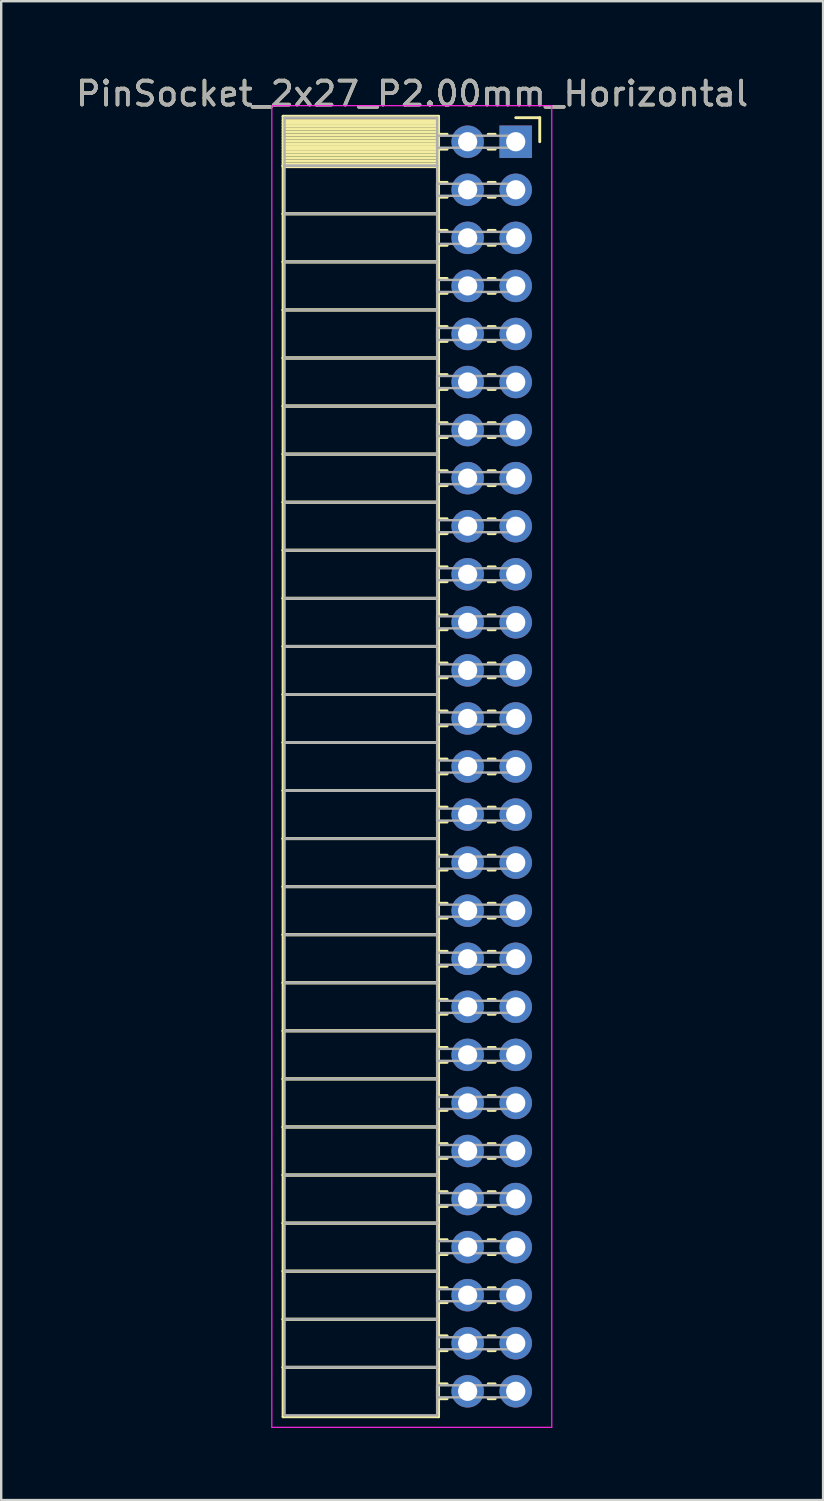
<source format=kicad_pcb>
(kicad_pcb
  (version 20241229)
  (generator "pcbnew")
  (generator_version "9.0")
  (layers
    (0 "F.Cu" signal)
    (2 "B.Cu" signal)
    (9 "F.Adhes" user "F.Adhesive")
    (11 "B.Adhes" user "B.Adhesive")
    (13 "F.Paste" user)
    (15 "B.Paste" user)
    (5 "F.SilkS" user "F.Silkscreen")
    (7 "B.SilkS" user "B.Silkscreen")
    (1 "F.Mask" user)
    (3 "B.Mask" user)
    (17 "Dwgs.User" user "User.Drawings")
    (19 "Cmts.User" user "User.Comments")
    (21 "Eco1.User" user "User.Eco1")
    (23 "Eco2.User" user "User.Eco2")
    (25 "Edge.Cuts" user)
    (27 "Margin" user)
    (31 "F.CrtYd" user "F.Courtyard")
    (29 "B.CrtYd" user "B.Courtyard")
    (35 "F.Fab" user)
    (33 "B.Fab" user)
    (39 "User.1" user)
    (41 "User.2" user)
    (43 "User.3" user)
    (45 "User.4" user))
  (footprint "PinSocket_2x27_P2.00mm_Horizontal"
    (layer "F.Cu")
    (at 18.411 2.848)
    (property "Reference" "PinSocket_2x27_P2.00mm_Horizontal" (at -4.31 -2 0) (layer "F.SilkS") (effects (font (size 1 1) (thickness 0.15))))
    (attr through_hole)
    (fp_line (start -9.68 -1.06) (end -3.21 -1.06) (stroke (width 0.12) (type solid)) (layer "F.SilkS"))
    (fp_line (start -9.68 1) (end -9.68 -1.06) (stroke (width 0.12) (type solid)) (layer "F.SilkS"))
    (fp_line (start -9.68 1) (end -3.21 1) (stroke (width 0.12) (type solid)) (layer "F.SilkS"))
    (fp_line (start -9.68 3) (end -9.68 1) (stroke (width 0.12) (type solid)) (layer "F.SilkS"))
    (fp_line (start -9.68 3) (end -3.21 3) (stroke (width 0.12) (type solid)) (layer "F.SilkS"))
    (fp_line (start -9.68 5) (end -9.68 3) (stroke (width 0.12) (type solid)) (layer "F.SilkS"))
    (fp_line (start -9.68 5) (end -3.21 5) (stroke (width 0.12) (type solid)) (layer "F.SilkS"))
    (fp_line (start -9.68 7) (end -9.68 5) (stroke (width 0.12) (type solid)) (layer "F.SilkS"))
    (fp_line (start -9.68 7) (end -3.21 7) (stroke (width 0.12) (type solid)) (layer "F.SilkS"))
    (fp_line (start -9.68 9) (end -9.68 7) (stroke (width 0.12) (type solid)) (layer "F.SilkS"))
    (fp_line (start -9.68 9) (end -3.21 9) (stroke (width 0.12) (type solid)) (layer "F.SilkS"))
    (fp_line (start -9.68 11) (end -9.68 9) (stroke (width 0.12) (type solid)) (layer "F.SilkS"))
    (fp_line (start -9.68 11) (end -3.21 11) (stroke (width 0.12) (type solid)) (layer "F.SilkS"))
    (fp_line (start -9.68 13) (end -9.68 11) (stroke (width 0.12) (type solid)) (layer "F.SilkS"))
    (fp_line (start -9.68 13) (end -3.21 13) (stroke (width 0.12) (type solid)) (layer "F.SilkS"))
    (fp_line (start -9.68 15) (end -9.68 13) (stroke (width 0.12) (type solid)) (layer "F.SilkS"))
    (fp_line (start -9.68 15) (end -3.21 15) (stroke (width 0.12) (type solid)) (layer "F.SilkS"))
    (fp_line (start -9.68 17) (end -9.68 15) (stroke (width 0.12) (type solid)) (layer "F.SilkS"))
    (fp_line (start -9.68 17) (end -3.21 17) (stroke (width 0.12) (type solid)) (layer "F.SilkS"))
    (fp_line (start -9.68 19) (end -9.68 17) (stroke (width 0.12) (type solid)) (layer "F.SilkS"))
    (fp_line (start -9.68 19) (end -3.21 19) (stroke (width 0.12) (type solid)) (layer "F.SilkS"))
    (fp_line (start -9.68 21) (end -9.68 19) (stroke (width 0.12) (type solid)) (layer "F.SilkS"))
    (fp_line (start -9.68 21) (end -3.21 21) (stroke (width 0.12) (type solid)) (layer "F.SilkS"))
    (fp_line (start -9.68 23) (end -9.68 21) (stroke (width 0.12) (type solid)) (layer "F.SilkS"))
    (fp_line (start -9.68 23) (end -3.21 23) (stroke (width 0.12) (type solid)) (layer "F.SilkS"))
    (fp_line (start -9.68 25) (end -9.68 23) (stroke (width 0.12) (type solid)) (layer "F.SilkS"))
    (fp_line (start -9.68 25) (end -3.21 25) (stroke (width 0.12) (type solid)) (layer "F.SilkS"))
    (fp_line (start -9.68 27) (end -9.68 25) (stroke (width 0.12) (type solid)) (layer "F.SilkS"))
    (fp_line (start -9.68 27) (end -3.21 27) (stroke (width 0.12) (type solid)) (layer "F.SilkS"))
    (fp_line (start -9.68 29) (end -9.68 27) (stroke (width 0.12) (type solid)) (layer "F.SilkS"))
    (fp_line (start -9.68 29) (end -3.21 29) (stroke (width 0.12) (type solid)) (layer "F.SilkS"))
    (fp_line (start -9.68 31) (end -9.68 29) (stroke (width 0.12) (type solid)) (layer "F.SilkS"))
    (fp_line (start -9.68 31) (end -3.21 31) (stroke (width 0.12) (type solid)) (layer "F.SilkS"))
    (fp_line (start -9.68 33) (end -9.68 31) (stroke (width 0.12) (type solid)) (layer "F.SilkS"))
    (fp_line (start -9.68 33) (end -3.21 33) (stroke (width 0.12) (type solid)) (layer "F.SilkS"))
    (fp_line (start -9.68 35) (end -9.68 33) (stroke (width 0.12) (type solid)) (layer "F.SilkS"))
    (fp_line (start -9.68 35) (end -3.21 35) (stroke (width 0.12) (type solid)) (layer "F.SilkS"))
    (fp_line (start -9.68 37) (end -9.68 35) (stroke (width 0.12) (type solid)) (layer "F.SilkS"))
    (fp_line (start -9.68 37) (end -3.21 37) (stroke (width 0.12) (type solid)) (layer "F.SilkS"))
    (fp_line (start -9.68 39) (end -9.68 37) (stroke (width 0.12) (type solid)) (layer "F.SilkS"))
    (fp_line (start -9.68 39) (end -3.21 39) (stroke (width 0.12) (type solid)) (layer "F.SilkS"))
    (fp_line (start -9.68 41) (end -9.68 39) (stroke (width 0.12) (type solid)) (layer "F.SilkS"))
    (fp_line (start -9.68 41) (end -3.21 41) (stroke (width 0.12) (type solid)) (layer "F.SilkS"))
    (fp_line (start -9.68 43) (end -9.68 41) (stroke (width 0.12) (type solid)) (layer "F.SilkS"))
    (fp_line (start -9.68 43) (end -3.21 43) (stroke (width 0.12) (type solid)) (layer "F.SilkS"))
    (fp_line (start -9.68 45) (end -9.68 43) (stroke (width 0.12) (type solid)) (layer "F.SilkS"))
    (fp_line (start -9.68 45) (end -3.21 45) (stroke (width 0.12) (type solid)) (layer "F.SilkS"))
    (fp_line (start -9.68 47) (end -9.68 45) (stroke (width 0.12) (type solid)) (layer "F.SilkS"))
    (fp_line (start -9.68 47) (end -3.21 47) (stroke (width 0.12) (type solid)) (layer "F.SilkS"))
    (fp_line (start -9.68 49) (end -9.68 47) (stroke (width 0.12) (type solid)) (layer "F.SilkS"))
    (fp_line (start -9.68 49) (end -3.21 49) (stroke (width 0.12) (type solid)) (layer "F.SilkS"))
    (fp_line (start -9.68 51) (end -9.68 49) (stroke (width 0.12) (type solid)) (layer "F.SilkS"))
    (fp_line (start -9.68 51) (end -3.21 51) (stroke (width 0.12) (type solid)) (layer "F.SilkS"))
    (fp_line (start -9.68 53.06) (end -9.68 51) (stroke (width 0.12) (type solid)) (layer "F.SilkS"))
    (fp_line (start -3.21 -1.06) (end -3.21 1) (stroke (width 0.12) (type solid)) (layer "F.SilkS"))
    (fp_line (start -3.21 -0.88) (end -9.68 -0.88) (stroke (width 0.12) (type solid)) (layer "F.SilkS"))
    (fp_line (start -3.21 -0.76) (end -9.68 -0.76) (stroke (width 0.12) (type solid)) (layer "F.SilkS"))
    (fp_line (start -3.21 -0.64) (end -9.68 -0.64) (stroke (width 0.12) (type solid)) (layer "F.SilkS"))
    (fp_line (start -3.21 -0.52) (end -9.68 -0.52) (stroke (width 0.12) (type solid)) (layer "F.SilkS"))
    (fp_line (start -3.21 -0.4) (end -9.68 -0.4) (stroke (width 0.12) (type solid)) (layer "F.SilkS"))
    (fp_line (start -3.21 -0.28) (end -9.68 -0.28) (stroke (width 0.12) (type solid)) (layer "F.SilkS"))
    (fp_line (start -3.21 -0.16) (end -9.68 -0.16) (stroke (width 0.12) (type solid)) (layer "F.SilkS"))
    (fp_line (start -3.21 -0.04) (end -9.68 -0.04) (stroke (width 0.12) (type solid)) (layer "F.SilkS"))
    (fp_line (start -3.21 0.08) (end -9.68 0.08) (stroke (width 0.12) (type solid)) (layer "F.SilkS"))
    (fp_line (start -3.21 0.2) (end -9.68 0.2) (stroke (width 0.12) (type solid)) (layer "F.SilkS"))
    (fp_line (start -3.21 0.32) (end -9.68 0.32) (stroke (width 0.12) (type solid)) (layer "F.SilkS"))
    (fp_line (start -3.21 0.44) (end -9.68 0.44) (stroke (width 0.12) (type solid)) (layer "F.SilkS"))
    (fp_line (start -3.21 0.56) (end -9.68 0.56) (stroke (width 0.12) (type solid)) (layer "F.SilkS"))
    (fp_line (start -3.21 0.68) (end -9.68 0.68) (stroke (width 0.12) (type solid)) (layer "F.SilkS"))
    (fp_line (start -3.21 0.8) (end -9.68 0.8) (stroke (width 0.12) (type solid)) (layer "F.SilkS"))
    (fp_line (start -3.21 0.92) (end -9.68 0.92) (stroke (width 0.12) (type solid)) (layer "F.SilkS"))
    (fp_line (start -3.21 1) (end -9.68 1) (stroke (width 0.12) (type solid)) (layer "F.SilkS"))
    (fp_line (start -3.21 1) (end -3.21 3) (stroke (width 0.12) (type solid)) (layer "F.SilkS"))
    (fp_line (start -3.21 1.04) (end -9.68 1.04) (stroke (width 0.12) (type solid)) (layer "F.SilkS"))
    (fp_line (start -3.21 3) (end -9.68 3) (stroke (width 0.12) (type solid)) (layer "F.SilkS"))
    (fp_line (start -3.21 3) (end -3.21 5) (stroke (width 0.12) (type solid)) (layer "F.SilkS"))
    (fp_line (start -3.21 5) (end -9.68 5) (stroke (width 0.12) (type solid)) (layer "F.SilkS"))
    (fp_line (start -3.21 5) (end -3.21 7) (stroke (width 0.12) (type solid)) (layer "F.SilkS"))
    (fp_line (start -3.21 7) (end -9.68 7) (stroke (width 0.12) (type solid)) (layer "F.SilkS"))
    (fp_line (start -3.21 7) (end -3.21 9) (stroke (width 0.12) (type solid)) (layer "F.SilkS"))
    (fp_line (start -3.21 9) (end -9.68 9) (stroke (width 0.12) (type solid)) (layer "F.SilkS"))
    (fp_line (start -3.21 9) (end -3.21 11) (stroke (width 0.12) (type solid)) (layer "F.SilkS"))
    (fp_line (start -3.21 11) (end -9.68 11) (stroke (width 0.12) (type solid)) (layer "F.SilkS"))
    (fp_line (start -3.21 11) (end -3.21 13) (stroke (width 0.12) (type solid)) (layer "F.SilkS"))
    (fp_line (start -3.21 13) (end -9.68 13) (stroke (width 0.12) (type solid)) (layer "F.SilkS"))
    (fp_line (start -3.21 13) (end -3.21 15) (stroke (width 0.12) (type solid)) (layer "F.SilkS"))
    (fp_line (start -3.21 15) (end -9.68 15) (stroke (width 0.12) (type solid)) (layer "F.SilkS"))
    (fp_line (start -3.21 15) (end -3.21 17) (stroke (width 0.12) (type solid)) (layer "F.SilkS"))
    (fp_line (start -3.21 17) (end -9.68 17) (stroke (width 0.12) (type solid)) (layer "F.SilkS"))
    (fp_line (start -3.21 17) (end -3.21 19) (stroke (width 0.12) (type solid)) (layer "F.SilkS"))
    (fp_line (start -3.21 19) (end -9.68 19) (stroke (width 0.12) (type solid)) (layer "F.SilkS"))
    (fp_line (start -3.21 19) (end -3.21 21) (stroke (width 0.12) (type solid)) (layer "F.SilkS"))
    (fp_line (start -3.21 21) (end -9.68 21) (stroke (width 0.12) (type solid)) (layer "F.SilkS"))
    (fp_line (start -3.21 21) (end -3.21 23) (stroke (width 0.12) (type solid)) (layer "F.SilkS"))
    (fp_line (start -3.21 23) (end -9.68 23) (stroke (width 0.12) (type solid)) (layer "F.SilkS"))
    (fp_line (start -3.21 23) (end -3.21 25) (stroke (width 0.12) (type solid)) (layer "F.SilkS"))
    (fp_line (start -3.21 25) (end -9.68 25) (stroke (width 0.12) (type solid)) (layer "F.SilkS"))
    (fp_line (start -3.21 25) (end -3.21 27) (stroke (width 0.12) (type solid)) (layer "F.SilkS"))
    (fp_line (start -3.21 27) (end -9.68 27) (stroke (width 0.12) (type solid)) (layer "F.SilkS"))
    (fp_line (start -3.21 27) (end -3.21 29) (stroke (width 0.12) (type solid)) (layer "F.SilkS"))
    (fp_line (start -3.21 29) (end -9.68 29) (stroke (width 0.12) (type solid)) (layer "F.SilkS"))
    (fp_line (start -3.21 29) (end -3.21 31) (stroke (width 0.12) (type solid)) (layer "F.SilkS"))
    (fp_line (start -3.21 31) (end -9.68 31) (stroke (width 0.12) (type solid)) (layer "F.SilkS"))
    (fp_line (start -3.21 31) (end -3.21 33) (stroke (width 0.12) (type solid)) (layer "F.SilkS"))
    (fp_line (start -3.21 33) (end -9.68 33) (stroke (width 0.12) (type solid)) (layer "F.SilkS"))
    (fp_line (start -3.21 33) (end -3.21 35) (stroke (width 0.12) (type solid)) (layer "F.SilkS"))
    (fp_line (start -3.21 35) (end -9.68 35) (stroke (width 0.12) (type solid)) (layer "F.SilkS"))
    (fp_line (start -3.21 35) (end -3.21 37) (stroke (width 0.12) (type solid)) (layer "F.SilkS"))
    (fp_line (start -3.21 37) (end -9.68 37) (stroke (width 0.12) (type solid)) (layer "F.SilkS"))
    (fp_line (start -3.21 37) (end -3.21 39) (stroke (width 0.12) (type solid)) (layer "F.SilkS"))
    (fp_line (start -3.21 39) (end -9.68 39) (stroke (width 0.12) (type solid)) (layer "F.SilkS"))
    (fp_line (start -3.21 39) (end -3.21 41) (stroke (width 0.12) (type solid)) (layer "F.SilkS"))
    (fp_line (start -3.21 41) (end -9.68 41) (stroke (width 0.12) (type solid)) (layer "F.SilkS"))
    (fp_line (start -3.21 41) (end -3.21 43) (stroke (width 0.12) (type solid)) (layer "F.SilkS"))
    (fp_line (start -3.21 43) (end -9.68 43) (stroke (width 0.12) (type solid)) (layer "F.SilkS"))
    (fp_line (start -3.21 43) (end -3.21 45) (stroke (width 0.12) (type solid)) (layer "F.SilkS"))
    (fp_line (start -3.21 45) (end -9.68 45) (stroke (width 0.12) (type solid)) (layer "F.SilkS"))
    (fp_line (start -3.21 45) (end -3.21 47) (stroke (width 0.12) (type solid)) (layer "F.SilkS"))
    (fp_line (start -3.21 47) (end -9.68 47) (stroke (width 0.12) (type solid)) (layer "F.SilkS"))
    (fp_line (start -3.21 47) (end -3.21 49) (stroke (width 0.12) (type solid)) (layer "F.SilkS"))
    (fp_line (start -3.21 49) (end -9.68 49) (stroke (width 0.12) (type solid)) (layer "F.SilkS"))
    (fp_line (start -3.21 49) (end -3.21 51) (stroke (width 0.12) (type solid)) (layer "F.SilkS"))
    (fp_line (start -3.21 51) (end -9.68 51) (stroke (width 0.12) (type solid)) (layer "F.SilkS"))
    (fp_line (start -3.21 51) (end -3.21 53.06) (stroke (width 0.12) (type solid)) (layer "F.SilkS"))
    (fp_line (start -3.21 53.06) (end -9.68 53.06) (stroke (width 0.12) (type solid)) (layer "F.SilkS"))
    (fp_line (start -2.855 -0.31) (end -3.21 -0.31) (stroke (width 0.12) (type solid)) (layer "F.SilkS"))
    (fp_line (start -2.855 0.31) (end -3.21 0.31) (stroke (width 0.12) (type solid)) (layer "F.SilkS"))
    (fp_line (start -2.855 1.69) (end -3.21 1.69) (stroke (width 0.12) (type solid)) (layer "F.SilkS"))
    (fp_line (start -2.855 2.31) (end -3.21 2.31) (stroke (width 0.12) (type solid)) (layer "F.SilkS"))
    (fp_line (start -2.855 3.69) (end -3.21 3.69) (stroke (width 0.12) (type solid)) (layer "F.SilkS"))
    (fp_line (start -2.855 4.31) (end -3.21 4.31) (stroke (width 0.12) (type solid)) (layer "F.SilkS"))
    (fp_line (start -2.855 5.69) (end -3.21 5.69) (stroke (width 0.12) (type solid)) (layer "F.SilkS"))
    (fp_line (start -2.855 6.31) (end -3.21 6.31) (stroke (width 0.12) (type solid)) (layer "F.SilkS"))
    (fp_line (start -2.855 7.69) (end -3.21 7.69) (stroke (width 0.12) (type solid)) (layer "F.SilkS"))
    (fp_line (start -2.855 8.31) (end -3.21 8.31) (stroke (width 0.12) (type solid)) (layer "F.SilkS"))
    (fp_line (start -2.855 9.69) (end -3.21 9.69) (stroke (width 0.12) (type solid)) (layer "F.SilkS"))
    (fp_line (start -2.855 10.31) (end -3.21 10.31) (stroke (width 0.12) (type solid)) (layer "F.SilkS"))
    (fp_line (start -2.855 11.69) (end -3.21 11.69) (stroke (width 0.12) (type solid)) (layer "F.SilkS"))
    (fp_line (start -2.855 12.31) (end -3.21 12.31) (stroke (width 0.12) (type solid)) (layer "F.SilkS"))
    (fp_line (start -2.855 13.69) (end -3.21 13.69) (stroke (width 0.12) (type solid)) (layer "F.SilkS"))
    (fp_line (start -2.855 14.31) (end -3.21 14.31) (stroke (width 0.12) (type solid)) (layer "F.SilkS"))
    (fp_line (start -2.855 15.69) (end -3.21 15.69) (stroke (width 0.12) (type solid)) (layer "F.SilkS"))
    (fp_line (start -2.855 16.31) (end -3.21 16.31) (stroke (width 0.12) (type solid)) (layer "F.SilkS"))
    (fp_line (start -2.855 17.69) (end -3.21 17.69) (stroke (width 0.12) (type solid)) (layer "F.SilkS"))
    (fp_line (start -2.855 18.31) (end -3.21 18.31) (stroke (width 0.12) (type solid)) (layer "F.SilkS"))
    (fp_line (start -2.855 19.69) (end -3.21 19.69) (stroke (width 0.12) (type solid)) (layer "F.SilkS"))
    (fp_line (start -2.855 20.31) (end -3.21 20.31) (stroke (width 0.12) (type solid)) (layer "F.SilkS"))
    (fp_line (start -2.855 21.69) (end -3.21 21.69) (stroke (width 0.12) (type solid)) (layer "F.SilkS"))
    (fp_line (start -2.855 22.31) (end -3.21 22.31) (stroke (width 0.12) (type solid)) (layer "F.SilkS"))
    (fp_line (start -2.855 23.69) (end -3.21 23.69) (stroke (width 0.12) (type solid)) (layer "F.SilkS"))
    (fp_line (start -2.855 24.31) (end -3.21 24.31) (stroke (width 0.12) (type solid)) (layer "F.SilkS"))
    (fp_line (start -2.855 25.69) (end -3.21 25.69) (stroke (width 0.12) (type solid)) (layer "F.SilkS"))
    (fp_line (start -2.855 26.31) (end -3.21 26.31) (stroke (width 0.12) (type solid)) (layer "F.SilkS"))
    (fp_line (start -2.855 27.69) (end -3.21 27.69) (stroke (width 0.12) (type solid)) (layer "F.SilkS"))
    (fp_line (start -2.855 28.31) (end -3.21 28.31) (stroke (width 0.12) (type solid)) (layer "F.SilkS"))
    (fp_line (start -2.855 29.69) (end -3.21 29.69) (stroke (width 0.12) (type solid)) (layer "F.SilkS"))
    (fp_line (start -2.855 30.31) (end -3.21 30.31) (stroke (width 0.12) (type solid)) (layer "F.SilkS"))
    (fp_line (start -2.855 31.69) (end -3.21 31.69) (stroke (width 0.12) (type solid)) (layer "F.SilkS"))
    (fp_line (start -2.855 32.31) (end -3.21 32.31) (stroke (width 0.12) (type solid)) (layer "F.SilkS"))
    (fp_line (start -2.855 33.69) (end -3.21 33.69) (stroke (width 0.12) (type solid)) (layer "F.SilkS"))
    (fp_line (start -2.855 34.31) (end -3.21 34.31) (stroke (width 0.12) (type solid)) (layer "F.SilkS"))
    (fp_line (start -2.855 35.69) (end -3.21 35.69) (stroke (width 0.12) (type solid)) (layer "F.SilkS"))
    (fp_line (start -2.855 36.31) (end -3.21 36.31) (stroke (width 0.12) (type solid)) (layer "F.SilkS"))
    (fp_line (start -2.855 37.69) (end -3.21 37.69) (stroke (width 0.12) (type solid)) (layer "F.SilkS"))
    (fp_line (start -2.855 38.31) (end -3.21 38.31) (stroke (width 0.12) (type solid)) (layer "F.SilkS"))
    (fp_line (start -2.855 39.69) (end -3.21 39.69) (stroke (width 0.12) (type solid)) (layer "F.SilkS"))
    (fp_line (start -2.855 40.31) (end -3.21 40.31) (stroke (width 0.12) (type solid)) (layer "F.SilkS"))
    (fp_line (start -2.855 41.69) (end -3.21 41.69) (stroke (width 0.12) (type solid)) (layer "F.SilkS"))
    (fp_line (start -2.855 42.31) (end -3.21 42.31) (stroke (width 0.12) (type solid)) (layer "F.SilkS"))
    (fp_line (start -2.855 43.69) (end -3.21 43.69) (stroke (width 0.12) (type solid)) (layer "F.SilkS"))
    (fp_line (start -2.855 44.31) (end -3.21 44.31) (stroke (width 0.12) (type solid)) (layer "F.SilkS"))
    (fp_line (start -2.855 45.69) (end -3.21 45.69) (stroke (width 0.12) (type solid)) (layer "F.SilkS"))
    (fp_line (start -2.855 46.31) (end -3.21 46.31) (stroke (width 0.12) (type solid)) (layer "F.SilkS"))
    (fp_line (start -2.855 47.69) (end -3.21 47.69) (stroke (width 0.12) (type solid)) (layer "F.SilkS"))
    (fp_line (start -2.855 48.31) (end -3.21 48.31) (stroke (width 0.12) (type solid)) (layer "F.SilkS"))
    (fp_line (start -2.855 49.69) (end -3.21 49.69) (stroke (width 0.12) (type solid)) (layer "F.SilkS"))
    (fp_line (start -2.855 50.31) (end -3.21 50.31) (stroke (width 0.12) (type solid)) (layer "F.SilkS"))
    (fp_line (start -2.855 51.69) (end -3.21 51.69) (stroke (width 0.12) (type solid)) (layer "F.SilkS"))
    (fp_line (start -2.855 52.31) (end -3.21 52.31) (stroke (width 0.12) (type solid)) (layer "F.SilkS"))
    (fp_line (start -0.855 -0.31) (end -1.145 -0.31) (stroke (width 0.12) (type solid)) (layer "F.SilkS"))
    (fp_line (start -0.855 0.31) (end -1.145 0.31) (stroke (width 0.12) (type solid)) (layer "F.SilkS"))
    (fp_line (start -0.855 1.69) (end -1.145 1.69) (stroke (width 0.12) (type solid)) (layer "F.SilkS"))
    (fp_line (start -0.855 2.31) (end -1.145 2.31) (stroke (width 0.12) (type solid)) (layer "F.SilkS"))
    (fp_line (start -0.855 3.69) (end -1.145 3.69) (stroke (width 0.12) (type solid)) (layer "F.SilkS"))
    (fp_line (start -0.855 4.31) (end -1.145 4.31) (stroke (width 0.12) (type solid)) (layer "F.SilkS"))
    (fp_line (start -0.855 5.69) (end -1.145 5.69) (stroke (width 0.12) (type solid)) (layer "F.SilkS"))
    (fp_line (start -0.855 6.31) (end -1.145 6.31) (stroke (width 0.12) (type solid)) (layer "F.SilkS"))
    (fp_line (start -0.855 7.69) (end -1.145 7.69) (stroke (width 0.12) (type solid)) (layer "F.SilkS"))
    (fp_line (start -0.855 8.31) (end -1.145 8.31) (stroke (width 0.12) (type solid)) (layer "F.SilkS"))
    (fp_line (start -0.855 9.69) (end -1.145 9.69) (stroke (width 0.12) (type solid)) (layer "F.SilkS"))
    (fp_line (start -0.855 10.31) (end -1.145 10.31) (stroke (width 0.12) (type solid)) (layer "F.SilkS"))
    (fp_line (start -0.855 11.69) (end -1.145 11.69) (stroke (width 0.12) (type solid)) (layer "F.SilkS"))
    (fp_line (start -0.855 12.31) (end -1.145 12.31) (stroke (width 0.12) (type solid)) (layer "F.SilkS"))
    (fp_line (start -0.855 13.69) (end -1.145 13.69) (stroke (width 0.12) (type solid)) (layer "F.SilkS"))
    (fp_line (start -0.855 14.31) (end -1.145 14.31) (stroke (width 0.12) (type solid)) (layer "F.SilkS"))
    (fp_line (start -0.855 15.69) (end -1.145 15.69) (stroke (width 0.12) (type solid)) (layer "F.SilkS"))
    (fp_line (start -0.855 16.31) (end -1.145 16.31) (stroke (width 0.12) (type solid)) (layer "F.SilkS"))
    (fp_line (start -0.855 17.69) (end -1.145 17.69) (stroke (width 0.12) (type solid)) (layer "F.SilkS"))
    (fp_line (start -0.855 18.31) (end -1.145 18.31) (stroke (width 0.12) (type solid)) (layer "F.SilkS"))
    (fp_line (start -0.855 19.69) (end -1.145 19.69) (stroke (width 0.12) (type solid)) (layer "F.SilkS"))
    (fp_line (start -0.855 20.31) (end -1.145 20.31) (stroke (width 0.12) (type solid)) (layer "F.SilkS"))
    (fp_line (start -0.855 21.69) (end -1.145 21.69) (stroke (width 0.12) (type solid)) (layer "F.SilkS"))
    (fp_line (start -0.855 22.31) (end -1.145 22.31) (stroke (width 0.12) (type solid)) (layer "F.SilkS"))
    (fp_line (start -0.855 23.69) (end -1.145 23.69) (stroke (width 0.12) (type solid)) (layer "F.SilkS"))
    (fp_line (start -0.855 24.31) (end -1.145 24.31) (stroke (width 0.12) (type solid)) (layer "F.SilkS"))
    (fp_line (start -0.855 25.69) (end -1.145 25.69) (stroke (width 0.12) (type solid)) (layer "F.SilkS"))
    (fp_line (start -0.855 26.31) (end -1.145 26.31) (stroke (width 0.12) (type solid)) (layer "F.SilkS"))
    (fp_line (start -0.855 27.69) (end -1.145 27.69) (stroke (width 0.12) (type solid)) (layer "F.SilkS"))
    (fp_line (start -0.855 28.31) (end -1.145 28.31) (stroke (width 0.12) (type solid)) (layer "F.SilkS"))
    (fp_line (start -0.855 29.69) (end -1.145 29.69) (stroke (width 0.12) (type solid)) (layer "F.SilkS"))
    (fp_line (start -0.855 30.31) (end -1.145 30.31) (stroke (width 0.12) (type solid)) (layer "F.SilkS"))
    (fp_line (start -0.855 31.69) (end -1.145 31.69) (stroke (width 0.12) (type solid)) (layer "F.SilkS"))
    (fp_line (start -0.855 32.31) (end -1.145 32.31) (stroke (width 0.12) (type solid)) (layer "F.SilkS"))
    (fp_line (start -0.855 33.69) (end -1.145 33.69) (stroke (width 0.12) (type solid)) (layer "F.SilkS"))
    (fp_line (start -0.855 34.31) (end -1.145 34.31) (stroke (width 0.12) (type solid)) (layer "F.SilkS"))
    (fp_line (start -0.855 35.69) (end -1.145 35.69) (stroke (width 0.12) (type solid)) (layer "F.SilkS"))
    (fp_line (start -0.855 36.31) (end -1.145 36.31) (stroke (width 0.12) (type solid)) (layer "F.SilkS"))
    (fp_line (start -0.855 37.69) (end -1.145 37.69) (stroke (width 0.12) (type solid)) (layer "F.SilkS"))
    (fp_line (start -0.855 38.31) (end -1.145 38.31) (stroke (width 0.12) (type solid)) (layer "F.SilkS"))
    (fp_line (start -0.855 39.69) (end -1.145 39.69) (stroke (width 0.12) (type solid)) (layer "F.SilkS"))
    (fp_line (start -0.855 40.31) (end -1.145 40.31) (stroke (width 0.12) (type solid)) (layer "F.SilkS"))
    (fp_line (start -0.855 41.69) (end -1.145 41.69) (stroke (width 0.12) (type solid)) (layer "F.SilkS"))
    (fp_line (start -0.855 42.31) (end -1.145 42.31) (stroke (width 0.12) (type solid)) (layer "F.SilkS"))
    (fp_line (start -0.855 43.69) (end -1.145 43.69) (stroke (width 0.12) (type solid)) (layer "F.SilkS"))
    (fp_line (start -0.855 44.31) (end -1.145 44.31) (stroke (width 0.12) (type solid)) (layer "F.SilkS"))
    (fp_line (start -0.855 45.69) (end -1.145 45.69) (stroke (width 0.12) (type solid)) (layer "F.SilkS"))
    (fp_line (start -0.855 46.31) (end -1.145 46.31) (stroke (width 0.12) (type solid)) (layer "F.SilkS"))
    (fp_line (start -0.855 47.69) (end -1.145 47.69) (stroke (width 0.12) (type solid)) (layer "F.SilkS"))
    (fp_line (start -0.855 48.31) (end -1.145 48.31) (stroke (width 0.12) (type solid)) (layer "F.SilkS"))
    (fp_line (start -0.855 49.69) (end -1.145 49.69) (stroke (width 0.12) (type solid)) (layer "F.SilkS"))
    (fp_line (start -0.855 50.31) (end -1.145 50.31) (stroke (width 0.12) (type solid)) (layer "F.SilkS"))
    (fp_line (start -0.855 51.69) (end -1.145 51.69) (stroke (width 0.12) (type solid)) (layer "F.SilkS"))
    (fp_line (start -0.855 52.31) (end -1.145 52.31) (stroke (width 0.12) (type solid)) (layer "F.SilkS"))
    (fp_line (start 0 -1) (end 1 -1) (stroke (width 0.12) (type solid)) (layer "F.SilkS"))
    (fp_line (start 1 -1) (end 1 0) (stroke (width 0.12) (type solid)) (layer "F.SilkS"))
    (fp_line (start -10.15 -1.5) (end 1.5 -1.5) (stroke (width 0.05) (type solid)) (layer "F.CrtYd"))
    (fp_line (start -10.15 53.5) (end -10.15 -1.5) (stroke (width 0.05) (type solid)) (layer "F.CrtYd"))
    (fp_line (start 1.5 -1.5) (end 1.5 53.5) (stroke (width 0.05) (type solid)) (layer "F.CrtYd"))
    (fp_line (start 1.5 53.5) (end -10.15 53.5) (stroke (width 0.05) (type solid)) (layer "F.CrtYd"))
    (fp_line (start -9.62 -1) (end -3.27 -1) (stroke (width 0.1) (type solid)) (layer "F.Fab"))
    (fp_line (start -9.62 1) (end -9.62 -1) (stroke (width 0.1) (type solid)) (layer "F.Fab"))
    (fp_line (start -9.62 1) (end -3.27 1) (stroke (width 0.1) (type solid)) (layer "F.Fab"))
    (fp_line (start -9.62 3) (end -9.62 1) (stroke (width 0.1) (type solid)) (layer "F.Fab"))
    (fp_line (start -9.62 3) (end -3.27 3) (stroke (width 0.1) (type solid)) (layer "F.Fab"))
    (fp_line (start -9.62 5) (end -9.62 3) (stroke (width 0.1) (type solid)) (layer "F.Fab"))
    (fp_line (start -9.62 5) (end -3.27 5) (stroke (width 0.1) (type solid)) (layer "F.Fab"))
    (fp_line (start -9.62 7) (end -9.62 5) (stroke (width 0.1) (type solid)) (layer "F.Fab"))
    (fp_line (start -9.62 7) (end -3.27 7) (stroke (width 0.1) (type solid)) (layer "F.Fab"))
    (fp_line (start -9.62 9) (end -9.62 7) (stroke (width 0.1) (type solid)) (layer "F.Fab"))
    (fp_line (start -9.62 9) (end -3.27 9) (stroke (width 0.1) (type solid)) (layer "F.Fab"))
    (fp_line (start -9.62 11) (end -9.62 9) (stroke (width 0.1) (type solid)) (layer "F.Fab"))
    (fp_line (start -9.62 11) (end -3.27 11) (stroke (width 0.1) (type solid)) (layer "F.Fab"))
    (fp_line (start -9.62 13) (end -9.62 11) (stroke (width 0.1) (type solid)) (layer "F.Fab"))
    (fp_line (start -9.62 13) (end -3.27 13) (stroke (width 0.1) (type solid)) (layer "F.Fab"))
    (fp_line (start -9.62 15) (end -9.62 13) (stroke (width 0.1) (type solid)) (layer "F.Fab"))
    (fp_line (start -9.62 15) (end -3.27 15) (stroke (width 0.1) (type solid)) (layer "F.Fab"))
    (fp_line (start -9.62 17) (end -9.62 15) (stroke (width 0.1) (type solid)) (layer "F.Fab"))
    (fp_line (start -9.62 17) (end -3.27 17) (stroke (width 0.1) (type solid)) (layer "F.Fab"))
    (fp_line (start -9.62 19) (end -9.62 17) (stroke (width 0.1) (type solid)) (layer "F.Fab"))
    (fp_line (start -9.62 19) (end -3.27 19) (stroke (width 0.1) (type solid)) (layer "F.Fab"))
    (fp_line (start -9.62 21) (end -9.62 19) (stroke (width 0.1) (type solid)) (layer "F.Fab"))
    (fp_line (start -9.62 21) (end -3.27 21) (stroke (width 0.1) (type solid)) (layer "F.Fab"))
    (fp_line (start -9.62 23) (end -9.62 21) (stroke (width 0.1) (type solid)) (layer "F.Fab"))
    (fp_line (start -9.62 23) (end -3.27 23) (stroke (width 0.1) (type solid)) (layer "F.Fab"))
    (fp_line (start -9.62 25) (end -9.62 23) (stroke (width 0.1) (type solid)) (layer "F.Fab"))
    (fp_line (start -9.62 25) (end -3.27 25) (stroke (width 0.1) (type solid)) (layer "F.Fab"))
    (fp_line (start -9.62 27) (end -9.62 25) (stroke (width 0.1) (type solid)) (layer "F.Fab"))
    (fp_line (start -9.62 27) (end -3.27 27) (stroke (width 0.1) (type solid)) (layer "F.Fab"))
    (fp_line (start -9.62 29) (end -9.62 27) (stroke (width 0.1) (type solid)) (layer "F.Fab"))
    (fp_line (start -9.62 29) (end -3.27 29) (stroke (width 0.1) (type solid)) (layer "F.Fab"))
    (fp_line (start -9.62 31) (end -9.62 29) (stroke (width 0.1) (type solid)) (layer "F.Fab"))
    (fp_line (start -9.62 31) (end -3.27 31) (stroke (width 0.1) (type solid)) (layer "F.Fab"))
    (fp_line (start -9.62 33) (end -9.62 31) (stroke (width 0.1) (type solid)) (layer "F.Fab"))
    (fp_line (start -9.62 33) (end -3.27 33) (stroke (width 0.1) (type solid)) (layer "F.Fab"))
    (fp_line (start -9.62 35) (end -9.62 33) (stroke (width 0.1) (type solid)) (layer "F.Fab"))
    (fp_line (start -9.62 35) (end -3.27 35) (stroke (width 0.1) (type solid)) (layer "F.Fab"))
    (fp_line (start -9.62 37) (end -9.62 35) (stroke (width 0.1) (type solid)) (layer "F.Fab"))
    (fp_line (start -9.62 37) (end -3.27 37) (stroke (width 0.1) (type solid)) (layer "F.Fab"))
    (fp_line (start -9.62 39) (end -9.62 37) (stroke (width 0.1) (type solid)) (layer "F.Fab"))
    (fp_line (start -9.62 39) (end -3.27 39) (stroke (width 0.1) (type solid)) (layer "F.Fab"))
    (fp_line (start -9.62 41) (end -9.62 39) (stroke (width 0.1) (type solid)) (layer "F.Fab"))
    (fp_line (start -9.62 41) (end -3.27 41) (stroke (width 0.1) (type solid)) (layer "F.Fab"))
    (fp_line (start -9.62 43) (end -9.62 41) (stroke (width 0.1) (type solid)) (layer "F.Fab"))
    (fp_line (start -9.62 43) (end -3.27 43) (stroke (width 0.1) (type solid)) (layer "F.Fab"))
    (fp_line (start -9.62 45) (end -9.62 43) (stroke (width 0.1) (type solid)) (layer "F.Fab"))
    (fp_line (start -9.62 45) (end -3.27 45) (stroke (width 0.1) (type solid)) (layer "F.Fab"))
    (fp_line (start -9.62 47) (end -9.62 45) (stroke (width 0.1) (type solid)) (layer "F.Fab"))
    (fp_line (start -9.62 47) (end -3.27 47) (stroke (width 0.1) (type solid)) (layer "F.Fab"))
    (fp_line (start -9.62 49) (end -9.62 47) (stroke (width 0.1) (type solid)) (layer "F.Fab"))
    (fp_line (start -9.62 49) (end -3.27 49) (stroke (width 0.1) (type solid)) (layer "F.Fab"))
    (fp_line (start -9.62 51) (end -9.62 49) (stroke (width 0.1) (type solid)) (layer "F.Fab"))
    (fp_line (start -9.62 51) (end -3.27 51) (stroke (width 0.1) (type solid)) (layer "F.Fab"))
    (fp_line (start -9.62 53) (end -9.62 51) (stroke (width 0.1) (type solid)) (layer "F.Fab"))
    (fp_line (start -3.27 -1) (end -3.27 1) (stroke (width 0.1) (type solid)) (layer "F.Fab"))
    (fp_line (start -3.27 -0.25) (end 0 -0.25) (stroke (width 0.1) (type solid)) (layer "F.Fab"))
    (fp_line (start -3.27 0.25) (end -3.27 -0.25) (stroke (width 0.1) (type solid)) (layer "F.Fab"))
    (fp_line (start -3.27 1) (end -9.62 1) (stroke (width 0.1) (type solid)) (layer "F.Fab"))
    (fp_line (start -3.27 1) (end -3.27 3) (stroke (width 0.1) (type solid)) (layer "F.Fab"))
    (fp_line (start -3.27 1.75) (end 0 1.75) (stroke (width 0.1) (type solid)) (layer "F.Fab"))
    (fp_line (start -3.27 2.25) (end -3.27 1.75) (stroke (width 0.1) (type solid)) (layer "F.Fab"))
    (fp_line (start -3.27 3) (end -9.62 3) (stroke (width 0.1) (type solid)) (layer "F.Fab"))
    (fp_line (start -3.27 3) (end -3.27 5) (stroke (width 0.1) (type solid)) (layer "F.Fab"))
    (fp_line (start -3.27 3.75) (end 0 3.75) (stroke (width 0.1) (type solid)) (layer "F.Fab"))
    (fp_line (start -3.27 4.25) (end -3.27 3.75) (stroke (width 0.1) (type solid)) (layer "F.Fab"))
    (fp_line (start -3.27 5) (end -9.62 5) (stroke (width 0.1) (type solid)) (layer "F.Fab"))
    (fp_line (start -3.27 5) (end -3.27 7) (stroke (width 0.1) (type solid)) (layer "F.Fab"))
    (fp_line (start -3.27 5.75) (end 0 5.75) (stroke (width 0.1) (type solid)) (layer "F.Fab"))
    (fp_line (start -3.27 6.25) (end -3.27 5.75) (stroke (width 0.1) (type solid)) (layer "F.Fab"))
    (fp_line (start -3.27 7) (end -9.62 7) (stroke (width 0.1) (type solid)) (layer "F.Fab"))
    (fp_line (start -3.27 7) (end -3.27 9) (stroke (width 0.1) (type solid)) (layer "F.Fab"))
    (fp_line (start -3.27 7.75) (end 0 7.75) (stroke (width 0.1) (type solid)) (layer "F.Fab"))
    (fp_line (start -3.27 8.25) (end -3.27 7.75) (stroke (width 0.1) (type solid)) (layer "F.Fab"))
    (fp_line (start -3.27 9) (end -9.62 9) (stroke (width 0.1) (type solid)) (layer "F.Fab"))
    (fp_line (start -3.27 9) (end -3.27 11) (stroke (width 0.1) (type solid)) (layer "F.Fab"))
    (fp_line (start -3.27 9.75) (end 0 9.75) (stroke (width 0.1) (type solid)) (layer "F.Fab"))
    (fp_line (start -3.27 10.25) (end -3.27 9.75) (stroke (width 0.1) (type solid)) (layer "F.Fab"))
    (fp_line (start -3.27 11) (end -9.62 11) (stroke (width 0.1) (type solid)) (layer "F.Fab"))
    (fp_line (start -3.27 11) (end -3.27 13) (stroke (width 0.1) (type solid)) (layer "F.Fab"))
    (fp_line (start -3.27 11.75) (end 0 11.75) (stroke (width 0.1) (type solid)) (layer "F.Fab"))
    (fp_line (start -3.27 12.25) (end -3.27 11.75) (stroke (width 0.1) (type solid)) (layer "F.Fab"))
    (fp_line (start -3.27 13) (end -9.62 13) (stroke (width 0.1) (type solid)) (layer "F.Fab"))
    (fp_line (start -3.27 13) (end -3.27 15) (stroke (width 0.1) (type solid)) (layer "F.Fab"))
    (fp_line (start -3.27 13.75) (end 0 13.75) (stroke (width 0.1) (type solid)) (layer "F.Fab"))
    (fp_line (start -3.27 14.25) (end -3.27 13.75) (stroke (width 0.1) (type solid)) (layer "F.Fab"))
    (fp_line (start -3.27 15) (end -9.62 15) (stroke (width 0.1) (type solid)) (layer "F.Fab"))
    (fp_line (start -3.27 15) (end -3.27 17) (stroke (width 0.1) (type solid)) (layer "F.Fab"))
    (fp_line (start -3.27 15.75) (end 0 15.75) (stroke (width 0.1) (type solid)) (layer "F.Fab"))
    (fp_line (start -3.27 16.25) (end -3.27 15.75) (stroke (width 0.1) (type solid)) (layer "F.Fab"))
    (fp_line (start -3.27 17) (end -9.62 17) (stroke (width 0.1) (type solid)) (layer "F.Fab"))
    (fp_line (start -3.27 17) (end -3.27 19) (stroke (width 0.1) (type solid)) (layer "F.Fab"))
    (fp_line (start -3.27 17.75) (end 0 17.75) (stroke (width 0.1) (type solid)) (layer "F.Fab"))
    (fp_line (start -3.27 18.25) (end -3.27 17.75) (stroke (width 0.1) (type solid)) (layer "F.Fab"))
    (fp_line (start -3.27 19) (end -9.62 19) (stroke (width 0.1) (type solid)) (layer "F.Fab"))
    (fp_line (start -3.27 19) (end -3.27 21) (stroke (width 0.1) (type solid)) (layer "F.Fab"))
    (fp_line (start -3.27 19.75) (end 0 19.75) (stroke (width 0.1) (type solid)) (layer "F.Fab"))
    (fp_line (start -3.27 20.25) (end -3.27 19.75) (stroke (width 0.1) (type solid)) (layer "F.Fab"))
    (fp_line (start -3.27 21) (end -9.62 21) (stroke (width 0.1) (type solid)) (layer "F.Fab"))
    (fp_line (start -3.27 21) (end -3.27 23) (stroke (width 0.1) (type solid)) (layer "F.Fab"))
    (fp_line (start -3.27 21.75) (end 0 21.75) (stroke (width 0.1) (type solid)) (layer "F.Fab"))
    (fp_line (start -3.27 22.25) (end -3.27 21.75) (stroke (width 0.1) (type solid)) (layer "F.Fab"))
    (fp_line (start -3.27 23) (end -9.62 23) (stroke (width 0.1) (type solid)) (layer "F.Fab"))
    (fp_line (start -3.27 23) (end -3.27 25) (stroke (width 0.1) (type solid)) (layer "F.Fab"))
    (fp_line (start -3.27 23.75) (end 0 23.75) (stroke (width 0.1) (type solid)) (layer "F.Fab"))
    (fp_line (start -3.27 24.25) (end -3.27 23.75) (stroke (width 0.1) (type solid)) (layer "F.Fab"))
    (fp_line (start -3.27 25) (end -9.62 25) (stroke (width 0.1) (type solid)) (layer "F.Fab"))
    (fp_line (start -3.27 25) (end -3.27 27) (stroke (width 0.1) (type solid)) (layer "F.Fab"))
    (fp_line (start -3.27 25.75) (end 0 25.75) (stroke (width 0.1) (type solid)) (layer "F.Fab"))
    (fp_line (start -3.27 26.25) (end -3.27 25.75) (stroke (width 0.1) (type solid)) (layer "F.Fab"))
    (fp_line (start -3.27 27) (end -9.62 27) (stroke (width 0.1) (type solid)) (layer "F.Fab"))
    (fp_line (start -3.27 27) (end -3.27 29) (stroke (width 0.1) (type solid)) (layer "F.Fab"))
    (fp_line (start -3.27 27.75) (end 0 27.75) (stroke (width 0.1) (type solid)) (layer "F.Fab"))
    (fp_line (start -3.27 28.25) (end -3.27 27.75) (stroke (width 0.1) (type solid)) (layer "F.Fab"))
    (fp_line (start -3.27 29) (end -9.62 29) (stroke (width 0.1) (type solid)) (layer "F.Fab"))
    (fp_line (start -3.27 29) (end -3.27 31) (stroke (width 0.1) (type solid)) (layer "F.Fab"))
    (fp_line (start -3.27 29.75) (end 0 29.75) (stroke (width 0.1) (type solid)) (layer "F.Fab"))
    (fp_line (start -3.27 30.25) (end -3.27 29.75) (stroke (width 0.1) (type solid)) (layer "F.Fab"))
    (fp_line (start -3.27 31) (end -9.62 31) (stroke (width 0.1) (type solid)) (layer "F.Fab"))
    (fp_line (start -3.27 31) (end -3.27 33) (stroke (width 0.1) (type solid)) (layer "F.Fab"))
    (fp_line (start -3.27 31.75) (end 0 31.75) (stroke (width 0.1) (type solid)) (layer "F.Fab"))
    (fp_line (start -3.27 32.25) (end -3.27 31.75) (stroke (width 0.1) (type solid)) (layer "F.Fab"))
    (fp_line (start -3.27 33) (end -9.62 33) (stroke (width 0.1) (type solid)) (layer "F.Fab"))
    (fp_line (start -3.27 33) (end -3.27 35) (stroke (width 0.1) (type solid)) (layer "F.Fab"))
    (fp_line (start -3.27 33.75) (end 0 33.75) (stroke (width 0.1) (type solid)) (layer "F.Fab"))
    (fp_line (start -3.27 34.25) (end -3.27 33.75) (stroke (width 0.1) (type solid)) (layer "F.Fab"))
    (fp_line (start -3.27 35) (end -9.62 35) (stroke (width 0.1) (type solid)) (layer "F.Fab"))
    (fp_line (start -3.27 35) (end -3.27 37) (stroke (width 0.1) (type solid)) (layer "F.Fab"))
    (fp_line (start -3.27 35.75) (end 0 35.75) (stroke (width 0.1) (type solid)) (layer "F.Fab"))
    (fp_line (start -3.27 36.25) (end -3.27 35.75) (stroke (width 0.1) (type solid)) (layer "F.Fab"))
    (fp_line (start -3.27 37) (end -9.62 37) (stroke (width 0.1) (type solid)) (layer "F.Fab"))
    (fp_line (start -3.27 37) (end -3.27 39) (stroke (width 0.1) (type solid)) (layer "F.Fab"))
    (fp_line (start -3.27 37.75) (end 0 37.75) (stroke (width 0.1) (type solid)) (layer "F.Fab"))
    (fp_line (start -3.27 38.25) (end -3.27 37.75) (stroke (width 0.1) (type solid)) (layer "F.Fab"))
    (fp_line (start -3.27 39) (end -9.62 39) (stroke (width 0.1) (type solid)) (layer "F.Fab"))
    (fp_line (start -3.27 39) (end -3.27 41) (stroke (width 0.1) (type solid)) (layer "F.Fab"))
    (fp_line (start -3.27 39.75) (end 0 39.75) (stroke (width 0.1) (type solid)) (layer "F.Fab"))
    (fp_line (start -3.27 40.25) (end -3.27 39.75) (stroke (width 0.1) (type solid)) (layer "F.Fab"))
    (fp_line (start -3.27 41) (end -9.62 41) (stroke (width 0.1) (type solid)) (layer "F.Fab"))
    (fp_line (start -3.27 41) (end -3.27 43) (stroke (width 0.1) (type solid)) (layer "F.Fab"))
    (fp_line (start -3.27 41.75) (end 0 41.75) (stroke (width 0.1) (type solid)) (layer "F.Fab"))
    (fp_line (start -3.27 42.25) (end -3.27 41.75) (stroke (width 0.1) (type solid)) (layer "F.Fab"))
    (fp_line (start -3.27 43) (end -9.62 43) (stroke (width 0.1) (type solid)) (layer "F.Fab"))
    (fp_line (start -3.27 43) (end -3.27 45) (stroke (width 0.1) (type solid)) (layer "F.Fab"))
    (fp_line (start -3.27 43.75) (end 0 43.75) (stroke (width 0.1) (type solid)) (layer "F.Fab"))
    (fp_line (start -3.27 44.25) (end -3.27 43.75) (stroke (width 0.1) (type solid)) (layer "F.Fab"))
    (fp_line (start -3.27 45) (end -9.62 45) (stroke (width 0.1) (type solid)) (layer "F.Fab"))
    (fp_line (start -3.27 45) (end -3.27 47) (stroke (width 0.1) (type solid)) (layer "F.Fab"))
    (fp_line (start -3.27 45.75) (end 0 45.75) (stroke (width 0.1) (type solid)) (layer "F.Fab"))
    (fp_line (start -3.27 46.25) (end -3.27 45.75) (stroke (width 0.1) (type solid)) (layer "F.Fab"))
    (fp_line (start -3.27 47) (end -9.62 47) (stroke (width 0.1) (type solid)) (layer "F.Fab"))
    (fp_line (start -3.27 47) (end -3.27 49) (stroke (width 0.1) (type solid)) (layer "F.Fab"))
    (fp_line (start -3.27 47.75) (end 0 47.75) (stroke (width 0.1) (type solid)) (layer "F.Fab"))
    (fp_line (start -3.27 48.25) (end -3.27 47.75) (stroke (width 0.1) (type solid)) (layer "F.Fab"))
    (fp_line (start -3.27 49) (end -9.62 49) (stroke (width 0.1) (type solid)) (layer "F.Fab"))
    (fp_line (start -3.27 49) (end -3.27 51) (stroke (width 0.1) (type solid)) (layer "F.Fab"))
    (fp_line (start -3.27 49.75) (end 0 49.75) (stroke (width 0.1) (type solid)) (layer "F.Fab"))
    (fp_line (start -3.27 50.25) (end -3.27 49.75) (stroke (width 0.1) (type solid)) (layer "F.Fab"))
    (fp_line (start -3.27 51) (end -9.62 51) (stroke (width 0.1) (type solid)) (layer "F.Fab"))
    (fp_line (start -3.27 51) (end -3.27 53) (stroke (width 0.1) (type solid)) (layer "F.Fab"))
    (fp_line (start -3.27 51.75) (end 0 51.75) (stroke (width 0.1) (type solid)) (layer "F.Fab"))
    (fp_line (start -3.27 52.25) (end -3.27 51.75) (stroke (width 0.1) (type solid)) (layer "F.Fab"))
    (fp_line (start -3.27 53) (end -9.62 53) (stroke (width 0.1) (type solid)) (layer "F.Fab"))
    (fp_line (start 0 -0.25) (end 0 0.25) (stroke (width 0.1) (type solid)) (layer "F.Fab"))
    (fp_line (start 0 0.25) (end -3.27 0.25) (stroke (width 0.1) (type solid)) (layer "F.Fab"))
    (fp_line (start 0 1.75) (end 0 2.25) (stroke (width 0.1) (type solid)) (layer "F.Fab"))
    (fp_line (start 0 2.25) (end -3.27 2.25) (stroke (width 0.1) (type solid)) (layer "F.Fab"))
    (fp_line (start 0 3.75) (end 0 4.25) (stroke (width 0.1) (type solid)) (layer "F.Fab"))
    (fp_line (start 0 4.25) (end -3.27 4.25) (stroke (width 0.1) (type solid)) (layer "F.Fab"))
    (fp_line (start 0 5.75) (end 0 6.25) (stroke (width 0.1) (type solid)) (layer "F.Fab"))
    (fp_line (start 0 6.25) (end -3.27 6.25) (stroke (width 0.1) (type solid)) (layer "F.Fab"))
    (fp_line (start 0 7.75) (end 0 8.25) (stroke (width 0.1) (type solid)) (layer "F.Fab"))
    (fp_line (start 0 8.25) (end -3.27 8.25) (stroke (width 0.1) (type solid)) (layer "F.Fab"))
    (fp_line (start 0 9.75) (end 0 10.25) (stroke (width 0.1) (type solid)) (layer "F.Fab"))
    (fp_line (start 0 10.25) (end -3.27 10.25) (stroke (width 0.1) (type solid)) (layer "F.Fab"))
    (fp_line (start 0 11.75) (end 0 12.25) (stroke (width 0.1) (type solid)) (layer "F.Fab"))
    (fp_line (start 0 12.25) (end -3.27 12.25) (stroke (width 0.1) (type solid)) (layer "F.Fab"))
    (fp_line (start 0 13.75) (end 0 14.25) (stroke (width 0.1) (type solid)) (layer "F.Fab"))
    (fp_line (start 0 14.25) (end -3.27 14.25) (stroke (width 0.1) (type solid)) (layer "F.Fab"))
    (fp_line (start 0 15.75) (end 0 16.25) (stroke (width 0.1) (type solid)) (layer "F.Fab"))
    (fp_line (start 0 16.25) (end -3.27 16.25) (stroke (width 0.1) (type solid)) (layer "F.Fab"))
    (fp_line (start 0 17.75) (end 0 18.25) (stroke (width 0.1) (type solid)) (layer "F.Fab"))
    (fp_line (start 0 18.25) (end -3.27 18.25) (stroke (width 0.1) (type solid)) (layer "F.Fab"))
    (fp_line (start 0 19.75) (end 0 20.25) (stroke (width 0.1) (type solid)) (layer "F.Fab"))
    (fp_line (start 0 20.25) (end -3.27 20.25) (stroke (width 0.1) (type solid)) (layer "F.Fab"))
    (fp_line (start 0 21.75) (end 0 22.25) (stroke (width 0.1) (type solid)) (layer "F.Fab"))
    (fp_line (start 0 22.25) (end -3.27 22.25) (stroke (width 0.1) (type solid)) (layer "F.Fab"))
    (fp_line (start 0 23.75) (end 0 24.25) (stroke (width 0.1) (type solid)) (layer "F.Fab"))
    (fp_line (start 0 24.25) (end -3.27 24.25) (stroke (width 0.1) (type solid)) (layer "F.Fab"))
    (fp_line (start 0 25.75) (end 0 26.25) (stroke (width 0.1) (type solid)) (layer "F.Fab"))
    (fp_line (start 0 26.25) (end -3.27 26.25) (stroke (width 0.1) (type solid)) (layer "F.Fab"))
    (fp_line (start 0 27.75) (end 0 28.25) (stroke (width 0.1) (type solid)) (layer "F.Fab"))
    (fp_line (start 0 28.25) (end -3.27 28.25) (stroke (width 0.1) (type solid)) (layer "F.Fab"))
    (fp_line (start 0 29.75) (end 0 30.25) (stroke (width 0.1) (type solid)) (layer "F.Fab"))
    (fp_line (start 0 30.25) (end -3.27 30.25) (stroke (width 0.1) (type solid)) (layer "F.Fab"))
    (fp_line (start 0 31.75) (end 0 32.25) (stroke (width 0.1) (type solid)) (layer "F.Fab"))
    (fp_line (start 0 32.25) (end -3.27 32.25) (stroke (width 0.1) (type solid)) (layer "F.Fab"))
    (fp_line (start 0 33.75) (end 0 34.25) (stroke (width 0.1) (type solid)) (layer "F.Fab"))
    (fp_line (start 0 34.25) (end -3.27 34.25) (stroke (width 0.1) (type solid)) (layer "F.Fab"))
    (fp_line (start 0 35.75) (end 0 36.25) (stroke (width 0.1) (type solid)) (layer "F.Fab"))
    (fp_line (start 0 36.25) (end -3.27 36.25) (stroke (width 0.1) (type solid)) (layer "F.Fab"))
    (fp_line (start 0 37.75) (end 0 38.25) (stroke (width 0.1) (type solid)) (layer "F.Fab"))
    (fp_line (start 0 38.25) (end -3.27 38.25) (stroke (width 0.1) (type solid)) (layer "F.Fab"))
    (fp_line (start 0 39.75) (end 0 40.25) (stroke (width 0.1) (type solid)) (layer "F.Fab"))
    (fp_line (start 0 40.25) (end -3.27 40.25) (stroke (width 0.1) (type solid)) (layer "F.Fab"))
    (fp_line (start 0 41.75) (end 0 42.25) (stroke (width 0.1) (type solid)) (layer "F.Fab"))
    (fp_line (start 0 42.25) (end -3.27 42.25) (stroke (width 0.1) (type solid)) (layer "F.Fab"))
    (fp_line (start 0 43.75) (end 0 44.25) (stroke (width 0.1) (type solid)) (layer "F.Fab"))
    (fp_line (start 0 44.25) (end -3.27 44.25) (stroke (width 0.1) (type solid)) (layer "F.Fab"))
    (fp_line (start 0 45.75) (end 0 46.25) (stroke (width 0.1) (type solid)) (layer "F.Fab"))
    (fp_line (start 0 46.25) (end -3.27 46.25) (stroke (width 0.1) (type solid)) (layer "F.Fab"))
    (fp_line (start 0 47.75) (end 0 48.25) (stroke (width 0.1) (type solid)) (layer "F.Fab"))
    (fp_line (start 0 48.25) (end -3.27 48.25) (stroke (width 0.1) (type solid)) (layer "F.Fab"))
    (fp_line (start 0 49.75) (end 0 50.25) (stroke (width 0.1) (type solid)) (layer "F.Fab"))
    (fp_line (start 0 50.25) (end -3.27 50.25) (stroke (width 0.1) (type solid)) (layer "F.Fab"))
    (fp_line (start 0 51.75) (end 0 52.25) (stroke (width 0.1) (type solid)) (layer "F.Fab"))
    (fp_line (start 0 52.25) (end -3.27 52.25) (stroke (width 0.1) (type solid)) (layer "F.Fab"))
    (fp_text user "${REFERENCE}" (at -4.31 -2 0) (layer "F.Fab") (effects (font (size 1 1) (thickness 0.15))))
    (pad "1" thru_hole rect (at 0 0) (size 1.35 1.35) (drill 0.8) (layers "*.Cu" "*.Mask"))
    (pad "2" thru_hole oval (at -2 0) (size 1.35 1.35) (drill 0.8) (layers "*.Cu" "*.Mask"))
    (pad "3" thru_hole oval (at 0 2) (size 1.35 1.35) (drill 0.8) (layers "*.Cu" "*.Mask"))
    (pad "4" thru_hole oval (at -2 2) (size 1.35 1.35) (drill 0.8) (layers "*.Cu" "*.Mask"))
    (pad "5" thru_hole oval (at 0 4) (size 1.35 1.35) (drill 0.8) (layers "*.Cu" "*.Mask"))
    (pad "6" thru_hole oval (at -2 4) (size 1.35 1.35) (drill 0.8) (layers "*.Cu" "*.Mask"))
    (pad "7" thru_hole oval (at 0 6) (size 1.35 1.35) (drill 0.8) (layers "*.Cu" "*.Mask"))
    (pad "8" thru_hole oval (at -2 6) (size 1.35 1.35) (drill 0.8) (layers "*.Cu" "*.Mask"))
    (pad "9" thru_hole oval (at 0 8) (size 1.35 1.35) (drill 0.8) (layers "*.Cu" "*.Mask"))
    (pad "10" thru_hole oval (at -2 8) (size 1.35 1.35) (drill 0.8) (layers "*.Cu" "*.Mask"))
    (pad "11" thru_hole oval (at 0 10) (size 1.35 1.35) (drill 0.8) (layers "*.Cu" "*.Mask"))
    (pad "12" thru_hole oval (at -2 10) (size 1.35 1.35) (drill 0.8) (layers "*.Cu" "*.Mask"))
    (pad "13" thru_hole oval (at 0 12) (size 1.35 1.35) (drill 0.8) (layers "*.Cu" "*.Mask"))
    (pad "14" thru_hole oval (at -2 12) (size 1.35 1.35) (drill 0.8) (layers "*.Cu" "*.Mask"))
    (pad "15" thru_hole oval (at 0 14) (size 1.35 1.35) (drill 0.8) (layers "*.Cu" "*.Mask"))
    (pad "16" thru_hole oval (at -2 14) (size 1.35 1.35) (drill 0.8) (layers "*.Cu" "*.Mask"))
    (pad "17" thru_hole oval (at 0 16) (size 1.35 1.35) (drill 0.8) (layers "*.Cu" "*.Mask"))
    (pad "18" thru_hole oval (at -2 16) (size 1.35 1.35) (drill 0.8) (layers "*.Cu" "*.Mask"))
    (pad "19" thru_hole oval (at 0 18) (size 1.35 1.35) (drill 0.8) (layers "*.Cu" "*.Mask"))
    (pad "20" thru_hole oval (at -2 18) (size 1.35 1.35) (drill 0.8) (layers "*.Cu" "*.Mask"))
    (pad "21" thru_hole oval (at 0 20) (size 1.35 1.35) (drill 0.8) (layers "*.Cu" "*.Mask"))
    (pad "22" thru_hole oval (at -2 20) (size 1.35 1.35) (drill 0.8) (layers "*.Cu" "*.Mask"))
    (pad "23" thru_hole oval (at 0 22) (size 1.35 1.35) (drill 0.8) (layers "*.Cu" "*.Mask"))
    (pad "24" thru_hole oval (at -2 22) (size 1.35 1.35) (drill 0.8) (layers "*.Cu" "*.Mask"))
    (pad "25" thru_hole oval (at 0 24) (size 1.35 1.35) (drill 0.8) (layers "*.Cu" "*.Mask"))
    (pad "26" thru_hole oval (at -2 24) (size 1.35 1.35) (drill 0.8) (layers "*.Cu" "*.Mask"))
    (pad "27" thru_hole oval (at 0 26) (size 1.35 1.35) (drill 0.8) (layers "*.Cu" "*.Mask"))
    (pad "28" thru_hole oval (at -2 26) (size 1.35 1.35) (drill 0.8) (layers "*.Cu" "*.Mask"))
    (pad "29" thru_hole oval (at 0 28) (size 1.35 1.35) (drill 0.8) (layers "*.Cu" "*.Mask"))
    (pad "30" thru_hole oval (at -2 28) (size 1.35 1.35) (drill 0.8) (layers "*.Cu" "*.Mask"))
    (pad "31" thru_hole oval (at 0 30) (size 1.35 1.35) (drill 0.8) (layers "*.Cu" "*.Mask"))
    (pad "32" thru_hole oval (at -2 30) (size 1.35 1.35) (drill 0.8) (layers "*.Cu" "*.Mask"))
    (pad "33" thru_hole oval (at 0 32) (size 1.35 1.35) (drill 0.8) (layers "*.Cu" "*.Mask"))
    (pad "34" thru_hole oval (at -2 32) (size 1.35 1.35) (drill 0.8) (layers "*.Cu" "*.Mask"))
    (pad "35" thru_hole oval (at 0 34) (size 1.35 1.35) (drill 0.8) (layers "*.Cu" "*.Mask"))
    (pad "36" thru_hole oval (at -2 34) (size 1.35 1.35) (drill 0.8) (layers "*.Cu" "*.Mask"))
    (pad "37" thru_hole oval (at 0 36) (size 1.35 1.35) (drill 0.8) (layers "*.Cu" "*.Mask"))
    (pad "38" thru_hole oval (at -2 36) (size 1.35 1.35) (drill 0.8) (layers "*.Cu" "*.Mask"))
    (pad "39" thru_hole oval (at 0 38) (size 1.35 1.35) (drill 0.8) (layers "*.Cu" "*.Mask"))
    (pad "40" thru_hole oval (at -2 38) (size 1.35 1.35) (drill 0.8) (layers "*.Cu" "*.Mask"))
    (pad "41" thru_hole oval (at 0 40) (size 1.35 1.35) (drill 0.8) (layers "*.Cu" "*.Mask"))
    (pad "42" thru_hole oval (at -2 40) (size 1.35 1.35) (drill 0.8) (layers "*.Cu" "*.Mask"))
    (pad "43" thru_hole oval (at 0 42) (size 1.35 1.35) (drill 0.8) (layers "*.Cu" "*.Mask"))
    (pad "44" thru_hole oval (at -2 42) (size 1.35 1.35) (drill 0.8) (layers "*.Cu" "*.Mask"))
    (pad "45" thru_hole oval (at 0 44) (size 1.35 1.35) (drill 0.8) (layers "*.Cu" "*.Mask"))
    (pad "46" thru_hole oval (at -2 44) (size 1.35 1.35) (drill 0.8) (layers "*.Cu" "*.Mask"))
    (pad "47" thru_hole oval (at 0 46) (size 1.35 1.35) (drill 0.8) (layers "*.Cu" "*.Mask"))
    (pad "48" thru_hole oval (at -2 46) (size 1.35 1.35) (drill 0.8) (layers "*.Cu" "*.Mask"))
    (pad "49" thru_hole oval (at 0 48) (size 1.35 1.35) (drill 0.8) (layers "*.Cu" "*.Mask"))
    (pad "50" thru_hole oval (at -2 48) (size 1.35 1.35) (drill 0.8) (layers "*.Cu" "*.Mask"))
    (pad "51" thru_hole oval (at 0 50) (size 1.35 1.35) (drill 0.8) (layers "*.Cu" "*.Mask"))
    (pad "52" thru_hole oval (at -2 50) (size 1.35 1.35) (drill 0.8) (layers "*.Cu" "*.Mask"))
    (pad "53" thru_hole oval (at 0 52) (size 1.35 1.35) (drill 0.8) (layers "*.Cu" "*.Mask"))
    (pad "54" thru_hole oval (at -2 52) (size 1.35 1.35) (drill 0.8) (layers "*.Cu" "*.Mask")))
  (gr_rect
    (start -3 -3)
    (end 31.202 59.373)
    (stroke (width 0.1) (type default))
    (fill no)
    (layer "Edge.Cuts")))
</source>
